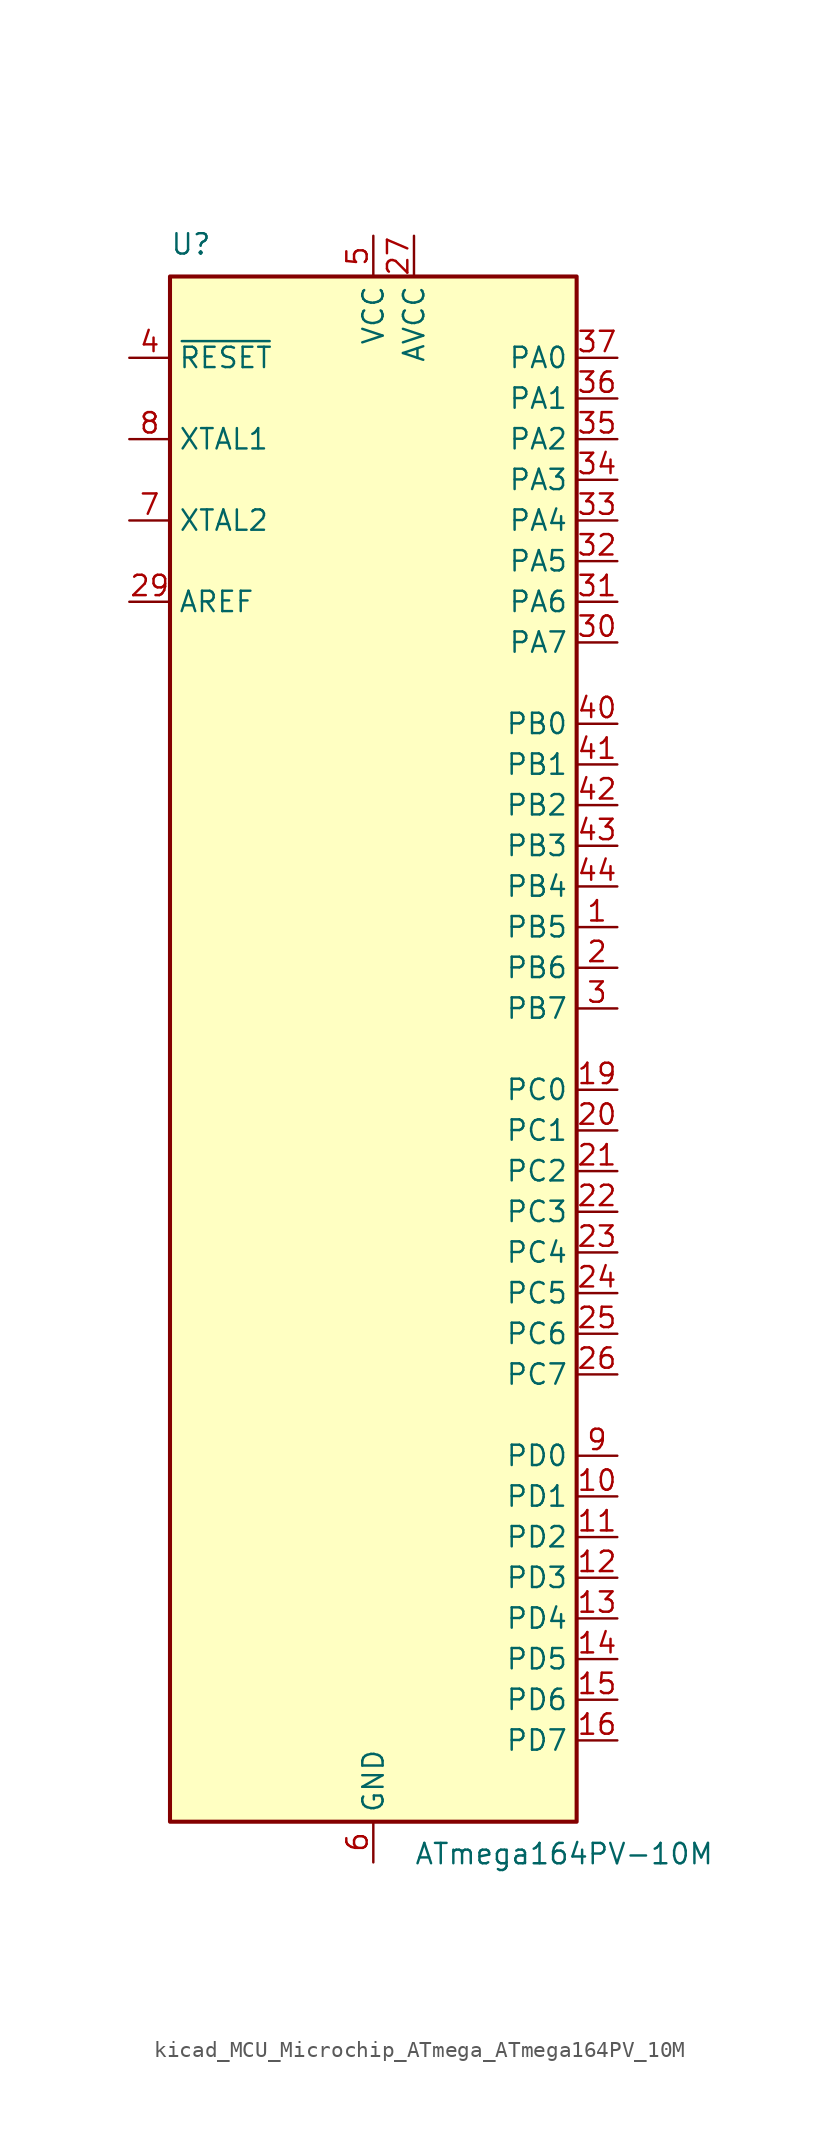
<source format=kicad_sym>
(kicad_symbol_lib
  (version 20220914)
  (generator kicad_symbol_editor)
  (symbol "kicad_MCU_Microchip_ATmega_ATmega164PV_10M"
    (property "Reference" "U"
      (at -12.7 49.53 0)
      (effects (font (size 1.27 1.27)) (justify left bottom)))
    (property "Value" "ATmega164PV-10M"
      (at 2.54 -49.53 0)
      (effects (font (size 1.27 1.27)) (justify left top)))
    (symbol "kicad_MCU_Microchip_ATmega_ATmega164PV_10M_0_1"
      (rectangle (start -12.7 -48.26) (end 12.7 48.26) (stroke (width 0.254) (type default)) (fill (type background))))
    (symbol "kicad_MCU_Microchip_ATmega_ATmega164PV_10M_1_1"
      (pin bidirectional line (at 15.24 7.62 180) (length 2.54) (name "PB5" (effects (font (size 1.27 1.27)))) (number "1" (effects (font (size 1.27 1.27)))))
      (pin bidirectional line (at 15.24 -27.94 180) (length 2.54) (name "PD1" (effects (font (size 1.27 1.27)))) (number "10" (effects (font (size 1.27 1.27)))))
      (pin bidirectional line (at 15.24 -30.48 180) (length 2.54) (name "PD2" (effects (font (size 1.27 1.27)))) (number "11" (effects (font (size 1.27 1.27)))))
      (pin bidirectional line (at 15.24 -33.02 180) (length 2.54) (name "PD3" (effects (font (size 1.27 1.27)))) (number "12" (effects (font (size 1.27 1.27)))))
      (pin bidirectional line (at 15.24 -35.56 180) (length 2.54) (name "PD4" (effects (font (size 1.27 1.27)))) (number "13" (effects (font (size 1.27 1.27)))))
      (pin bidirectional line (at 15.24 -38.1 180) (length 2.54) (name "PD5" (effects (font (size 1.27 1.27)))) (number "14" (effects (font (size 1.27 1.27)))))
      (pin bidirectional line (at 15.24 -40.64 180) (length 2.54) (name "PD6" (effects (font (size 1.27 1.27)))) (number "15" (effects (font (size 1.27 1.27)))))
      (pin bidirectional line (at 15.24 -43.18 180) (length 2.54) (name "PD7" (effects (font (size 1.27 1.27)))) (number "16" (effects (font (size 1.27 1.27)))))
      (pin passive line (at 0 50.8 270) (length 2.54) hide (name "VCC" (effects (font (size 1.27 1.27)))) (number "17" (effects (font (size 1.27 1.27)))))
      (pin passive line (at 0 -50.8 90) (length 2.54) hide (name "GND" (effects (font (size 1.27 1.27)))) (number "18" (effects (font (size 1.27 1.27)))))
      (pin bidirectional line (at 15.24 -2.54 180) (length 2.54) (name "PC0" (effects (font (size 1.27 1.27)))) (number "19" (effects (font (size 1.27 1.27)))))
      (pin bidirectional line (at 15.24 5.08 180) (length 2.54) (name "PB6" (effects (font (size 1.27 1.27)))) (number "2" (effects (font (size 1.27 1.27)))))
      (pin bidirectional line (at 15.24 -5.08 180) (length 2.54) (name "PC1" (effects (font (size 1.27 1.27)))) (number "20" (effects (font (size 1.27 1.27)))))
      (pin bidirectional line (at 15.24 -7.62 180) (length 2.54) (name "PC2" (effects (font (size 1.27 1.27)))) (number "21" (effects (font (size 1.27 1.27)))))
      (pin bidirectional line (at 15.24 -10.16 180) (length 2.54) (name "PC3" (effects (font (size 1.27 1.27)))) (number "22" (effects (font (size 1.27 1.27)))))
      (pin bidirectional line (at 15.24 -12.7 180) (length 2.54) (name "PC4" (effects (font (size 1.27 1.27)))) (number "23" (effects (font (size 1.27 1.27)))))
      (pin bidirectional line (at 15.24 -15.24 180) (length 2.54) (name "PC5" (effects (font (size 1.27 1.27)))) (number "24" (effects (font (size 1.27 1.27)))))
      (pin bidirectional line (at 15.24 -17.78 180) (length 2.54) (name "PC6" (effects (font (size 1.27 1.27)))) (number "25" (effects (font (size 1.27 1.27)))))
      (pin bidirectional line (at 15.24 -20.32 180) (length 2.54) (name "PC7" (effects (font (size 1.27 1.27)))) (number "26" (effects (font (size 1.27 1.27)))))
      (pin power_in line (at 2.54 50.8 270) (length 2.54) (name "AVCC" (effects (font (size 1.27 1.27)))) (number "27" (effects (font (size 1.27 1.27)))))
      (pin passive line (at 0 -50.8 90) (length 2.54) hide (name "GND" (effects (font (size 1.27 1.27)))) (number "28" (effects (font (size 1.27 1.27)))))
      (pin passive line (at -15.24 27.94 0) (length 2.54) (name "AREF" (effects (font (size 1.27 1.27)))) (number "29" (effects (font (size 1.27 1.27)))))
      (pin bidirectional line (at 15.24 2.54 180) (length 2.54) (name "PB7" (effects (font (size 1.27 1.27)))) (number "3" (effects (font (size 1.27 1.27)))))
      (pin bidirectional line (at 15.24 25.4 180) (length 2.54) (name "PA7" (effects (font (size 1.27 1.27)))) (number "30" (effects (font (size 1.27 1.27)))))
      (pin bidirectional line (at 15.24 27.94 180) (length 2.54) (name "PA6" (effects (font (size 1.27 1.27)))) (number "31" (effects (font (size 1.27 1.27)))))
      (pin bidirectional line (at 15.24 30.48 180) (length 2.54) (name "PA5" (effects (font (size 1.27 1.27)))) (number "32" (effects (font (size 1.27 1.27)))))
      (pin bidirectional line (at 15.24 33.02 180) (length 2.54) (name "PA4" (effects (font (size 1.27 1.27)))) (number "33" (effects (font (size 1.27 1.27)))))
      (pin bidirectional line (at 15.24 35.56 180) (length 2.54) (name "PA3" (effects (font (size 1.27 1.27)))) (number "34" (effects (font (size 1.27 1.27)))))
      (pin bidirectional line (at 15.24 38.1 180) (length 2.54) (name "PA2" (effects (font (size 1.27 1.27)))) (number "35" (effects (font (size 1.27 1.27)))))
      (pin bidirectional line (at 15.24 40.64 180) (length 2.54) (name "PA1" (effects (font (size 1.27 1.27)))) (number "36" (effects (font (size 1.27 1.27)))))
      (pin bidirectional line (at 15.24 43.18 180) (length 2.54) (name "PA0" (effects (font (size 1.27 1.27)))) (number "37" (effects (font (size 1.27 1.27)))))
      (pin passive line (at 0 50.8 270) (length 2.54) hide (name "VCC" (effects (font (size 1.27 1.27)))) (number "38" (effects (font (size 1.27 1.27)))))
      (pin passive line (at 0 -50.8 90) (length 2.54) hide (name "GND" (effects (font (size 1.27 1.27)))) (number "39" (effects (font (size 1.27 1.27)))))
      (pin input line (at -15.24 43.18 0) (length 2.54) (name "~{RESET}" (effects (font (size 1.27 1.27)))) (number "4" (effects (font (size 1.27 1.27)))))
      (pin bidirectional line (at 15.24 20.32 180) (length 2.54) (name "PB0" (effects (font (size 1.27 1.27)))) (number "40" (effects (font (size 1.27 1.27)))))
      (pin bidirectional line (at 15.24 17.78 180) (length 2.54) (name "PB1" (effects (font (size 1.27 1.27)))) (number "41" (effects (font (size 1.27 1.27)))))
      (pin bidirectional line (at 15.24 15.24 180) (length 2.54) (name "PB2" (effects (font (size 1.27 1.27)))) (number "42" (effects (font (size 1.27 1.27)))))
      (pin bidirectional line (at 15.24 12.7 180) (length 2.54) (name "PB3" (effects (font (size 1.27 1.27)))) (number "43" (effects (font (size 1.27 1.27)))))
      (pin bidirectional line (at 15.24 10.16 180) (length 2.54) (name "PB4" (effects (font (size 1.27 1.27)))) (number "44" (effects (font (size 1.27 1.27)))))
      (pin passive line (at 0 -50.8 90) (length 2.54) hide (name "GND" (effects (font (size 1.27 1.27)))) (number "45" (effects (font (size 1.27 1.27)))))
      (pin power_in line (at 0 50.8 270) (length 2.54) (name "VCC" (effects (font (size 1.27 1.27)))) (number "5" (effects (font (size 1.27 1.27)))))
      (pin power_in line (at 0 -50.8 90) (length 2.54) (name "GND" (effects (font (size 1.27 1.27)))) (number "6" (effects (font (size 1.27 1.27)))))
      (pin output line (at -15.24 33.02 0) (length 2.54) (name "XTAL2" (effects (font (size 1.27 1.27)))) (number "7" (effects (font (size 1.27 1.27)))))
      (pin input line (at -15.24 38.1 0) (length 2.54) (name "XTAL1" (effects (font (size 1.27 1.27)))) (number "8" (effects (font (size 1.27 1.27)))))
      (pin bidirectional line (at 15.24 -25.4 180) (length 2.54) (name "PD0" (effects (font (size 1.27 1.27)))) (number "9" (effects (font (size 1.27 1.27))))))))
</source>
